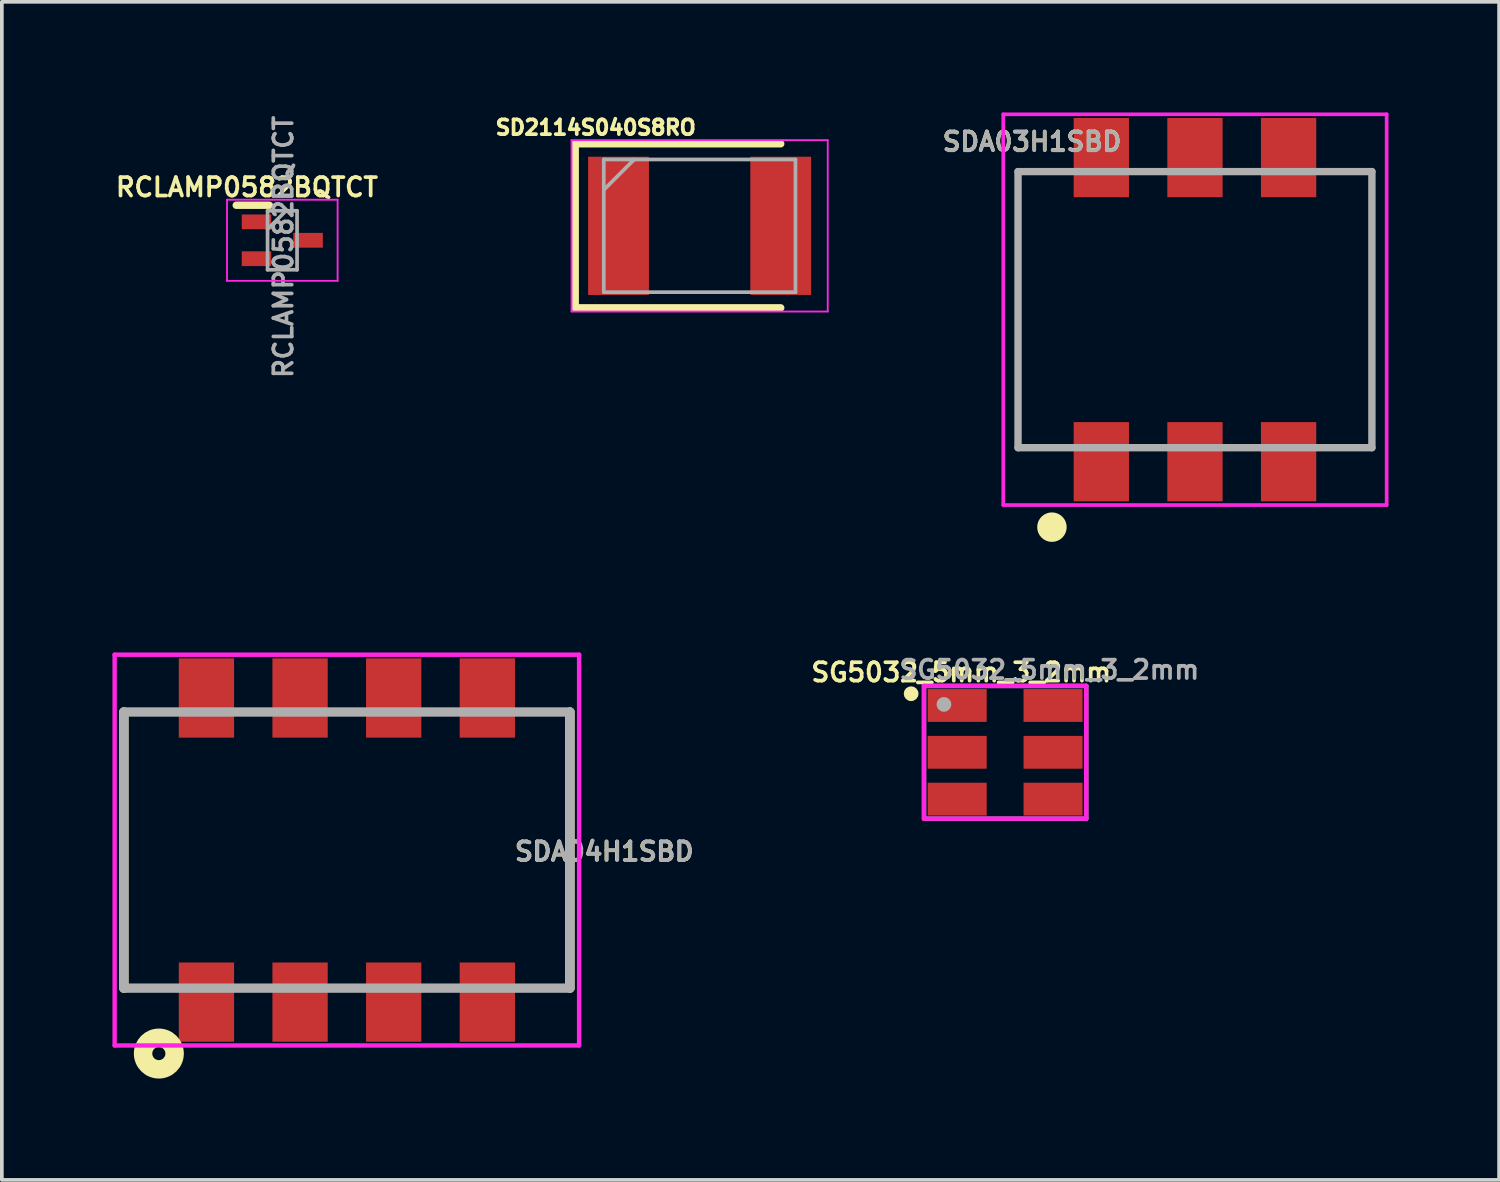
<source format=kicad_pcb>
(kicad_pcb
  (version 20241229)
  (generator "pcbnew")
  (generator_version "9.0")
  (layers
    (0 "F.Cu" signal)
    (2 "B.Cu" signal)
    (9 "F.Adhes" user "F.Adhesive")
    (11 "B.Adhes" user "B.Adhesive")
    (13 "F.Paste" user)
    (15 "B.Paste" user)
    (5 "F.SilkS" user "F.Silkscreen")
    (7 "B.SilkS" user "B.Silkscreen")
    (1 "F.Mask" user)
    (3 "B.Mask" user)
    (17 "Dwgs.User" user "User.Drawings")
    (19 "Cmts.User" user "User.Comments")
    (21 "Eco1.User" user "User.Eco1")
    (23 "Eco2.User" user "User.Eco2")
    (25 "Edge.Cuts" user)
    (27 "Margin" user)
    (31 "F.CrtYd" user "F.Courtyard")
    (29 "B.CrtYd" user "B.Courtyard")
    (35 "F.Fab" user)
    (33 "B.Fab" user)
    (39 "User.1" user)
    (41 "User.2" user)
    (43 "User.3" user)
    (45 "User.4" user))
  (footprint "SD2114S040S8RO"
    (layer "F.Cu")
    (at 15.929 3.076)
    (property "Reference" "SD2114S040S8RO" (at -2.819 -2.667 0) (layer "F.SilkS") (effects (font (size 0.4 0.4) (thickness 0.1))))
    (attr smd)
    (fp_line (start -3.375 -2.225) (end -3.375 2.225) (stroke (width 0.2) (type solid)) (layer "F.SilkS"))
    (fp_line (start -3.375 2.225) (end 2.2 2.225) (stroke (width 0.2) (type solid)) (layer "F.SilkS"))
    (fp_line (start 2.2 -2.225) (end -3.375 -2.225) (stroke (width 0.2) (type solid)) (layer "F.SilkS"))
    (fp_line (start -3.475 -2.325) (end 3.475 -2.325) (stroke (width 0.05) (type solid)) (layer "F.CrtYd"))
    (fp_line (start -3.475 2.325) (end -3.475 -2.325) (stroke (width 0.05) (type solid)) (layer "F.CrtYd"))
    (fp_line (start 3.475 -2.325) (end 3.475 2.325) (stroke (width 0.05) (type solid)) (layer "F.CrtYd"))
    (fp_line (start 3.475 2.325) (end -3.475 2.325) (stroke (width 0.05) (type solid)) (layer "F.CrtYd"))
    (fp_line (start -2.6 -1.8) (end 2.6 -1.8) (stroke (width 0.1) (type solid)) (layer "F.Fab"))
    (fp_line (start -2.6 -0.975) (end -1.775 -1.8) (stroke (width 0.1) (type solid)) (layer "F.Fab"))
    (fp_line (start -2.6 1.8) (end -2.6 -1.8) (stroke (width 0.1) (type solid)) (layer "F.Fab"))
    (fp_line (start 2.6 -1.8) (end 2.6 1.8) (stroke (width 0.1) (type solid)) (layer "F.Fab"))
    (fp_line (start 2.6 1.8) (end -2.6 1.8) (stroke (width 0.1) (type solid)) (layer "F.Fab"))
    (pad "1" smd rect (at -2.2 0) (size 1.65 3.75) (layers "F.Cu" "F.Mask" "F.Paste"))
    (pad "2" smd rect (at 2.2 0) (size 1.65 3.75) (layers "F.Cu" "F.Mask" "F.Paste")))
  (footprint "SG5032_5mm_3_2mm"
    (layer "F.Cu")
    (at 24.216 17.358)
    (property "Reference" "SG5032_5mm_3_2mm" (at -1.19 -2.17 0) (layer "F.SilkS") (effects (font (size 0.5 0.5) (thickness 0.1))))
    (attr smd)
    (fp_circle (center -2.55 -1.59) (end -2.45 -1.59) (stroke (width 0.2) (type solid)) (fill no) (layer "F.SilkS"))
    (fp_line (start -2.2 -1.8) (end 2.2 -1.8) (stroke (width 0.12) (type solid)) (layer "F.CrtYd"))
    (fp_line (start -2.2 1.8) (end -2.2 -1.8) (stroke (width 0.12) (type solid)) (layer "F.CrtYd"))
    (fp_line (start 2.2 -1.8) (end 2.2 1.8) (stroke (width 0.12) (type solid)) (layer "F.CrtYd"))
    (fp_line (start 2.2 1.8) (end -2.2 1.8) (stroke (width 0.12) (type solid)) (layer "F.CrtYd"))
    (fp_line (start -2.2 -1.8) (end 2.2 -1.8) (stroke (width 0.12) (type solid)) (layer "F.Fab"))
    (fp_line (start -2.2 1.8) (end -2.2 -1.8) (stroke (width 0.12) (type solid)) (layer "F.Fab"))
    (fp_line (start 2.2 -1.8) (end 2.2 1.8) (stroke (width 0.12) (type solid)) (layer "F.Fab"))
    (fp_line (start 2.2 1.8) (end -2.2 1.8) (stroke (width 0.12) (type solid)) (layer "F.Fab"))
    (fp_circle (center -1.66 -1.3) (end -1.56 -1.3) (stroke (width 0.2) (type solid)) (fill no) (layer "F.Fab"))
    (fp_text user "${REFERENCE}" (at 1.2 -2.24 0) (layer "F.Fab") (effects (font (size 0.5 0.5) (thickness 0.1))))
    (pad "1" smd rect (at -1.3 -1.27) (size 1.6 0.89) (layers "F.Cu" "F.Mask" "F.Paste"))
    (pad "2" smd rect (at -1.3 0) (size 1.6 0.89) (layers "F.Cu" "F.Mask" "F.Paste"))
    (pad "3" smd rect (at -1.3 1.27) (size 1.6 0.89) (layers "F.Cu" "F.Mask" "F.Paste"))
    (pad "4" smd rect (at 1.3 1.27) (size 1.6 0.89) (layers "F.Cu" "F.Mask" "F.Paste"))
    (pad "5" smd rect (at 1.3 0) (size 1.6 0.89) (layers "F.Cu" "F.Mask" "F.Paste"))
    (pad "6" smd rect (at 1.3 -1.27) (size 1.6 0.89) (layers "F.Cu" "F.Mask" "F.Paste")))
  (footprint "SDA03H1SBD"
    (layer "F.Cu")
    (at 29.366 5.35)
    (property "Reference" "SDA03H1SBD" (at -4.42 -4.56 0) (layer "F.SilkS") (effects (font (size 0.5 0.5) (thickness 0.1))))
    (attr smd)
    (fp_line (start -4.8 -3.745) (end -4.8 3.745) (stroke (width 0.1) (type solid)) (layer "F.SilkS"))
    (fp_line (start -4.8 3.745) (end -3.9 3.745) (stroke (width 0.1) (type solid)) (layer "F.SilkS"))
    (fp_line (start -3.9 -3.745) (end -4.8 -3.745) (stroke (width 0.1) (type solid)) (layer "F.SilkS"))
    (fp_line (start 3.9 -3.745) (end 4.8 -3.745) (stroke (width 0.1) (type solid)) (layer "F.SilkS"))
    (fp_line (start 4.8 -3.745) (end 4.8 3.745) (stroke (width 0.1) (type solid)) (layer "F.SilkS"))
    (fp_line (start 4.8 3.745) (end 3.9 3.745) (stroke (width 0.1) (type solid)) (layer "F.SilkS"))
    (fp_circle (center -3.88 5.9) (end -3.68 5.9) (stroke (width 0.4) (type solid)) (fill no) (layer "F.SilkS"))
    (fp_line (start -5.2 -5.3) (end 5.2 -5.3) (stroke (width 0.1) (type solid)) (layer "F.CrtYd"))
    (fp_line (start -5.2 5.3) (end -5.2 -5.3) (stroke (width 0.1) (type solid)) (layer "F.CrtYd"))
    (fp_line (start 5.2 -5.3) (end 5.2 5.3) (stroke (width 0.1) (type solid)) (layer "F.CrtYd"))
    (fp_line (start 5.2 5.3) (end -5.2 5.3) (stroke (width 0.1) (type solid)) (layer "F.CrtYd"))
    (fp_line (start -4.8 -3.745) (end 4.8 -3.745) (stroke (width 0.2) (type solid)) (layer "F.Fab"))
    (fp_line (start -4.8 3.745) (end -4.8 -3.745) (stroke (width 0.2) (type solid)) (layer "F.Fab"))
    (fp_line (start 4.8 -3.745) (end 4.8 3.745) (stroke (width 0.2) (type solid)) (layer "F.Fab"))
    (fp_line (start 4.8 3.745) (end -4.8 3.745) (stroke (width 0.2) (type solid)) (layer "F.Fab"))
    (fp_text user "${REFERENCE}" (at -4.42 -4.55 0) (layer "F.Fab") (effects (font (size 0.5 0.5) (thickness 0.1))))
    (pad "1" smd rect (at -2.54 4.125) (size 1.5 2.15) (layers "F.Cu" "F.Mask" "F.Paste"))
    (pad "2" smd rect (at 0 4.125) (size 1.5 2.15) (layers "F.Cu" "F.Mask" "F.Paste"))
    (pad "3" smd rect (at 2.54 4.125) (size 1.5 2.15) (layers "F.Cu" "F.Mask" "F.Paste"))
    (pad "4" smd rect (at 2.54 -4.125) (size 1.5 2.15) (layers "F.Cu" "F.Mask" "F.Paste"))
    (pad "5" smd rect (at 0 -4.125) (size 1.5 2.15) (layers "F.Cu" "F.Mask" "F.Paste"))
    (pad "6" smd rect (at -2.54 -4.125) (size 1.5 2.15) (layers "F.Cu" "F.Mask" "F.Paste")))
  (footprint "RCLAMP0582BQTCT"
    (layer "F.Cu")
    (at 4.608 3.468)
    (property "Reference" "RCLAMP0582BQTCT" (at -0.96 -1.44 0) (layer "F.SilkS") (effects (font (size 0.5 0.5) (thickness 0.1))))
    (attr smd)
    (fp_line (start -1.25 -0.95) (end -0.35 -0.95) (stroke (width 0.2) (type solid)) (layer "F.SilkS"))
    (fp_line (start -1.5 -1.1) (end 1.5 -1.1) (stroke (width 0.05) (type solid)) (layer "F.CrtYd"))
    (fp_line (start -1.5 1.1) (end -1.5 -1.1) (stroke (width 0.05) (type solid)) (layer "F.CrtYd"))
    (fp_line (start 1.5 -1.1) (end 1.5 1.1) (stroke (width 0.05) (type solid)) (layer "F.CrtYd"))
    (fp_line (start 1.5 1.1) (end -1.5 1.1) (stroke (width 0.05) (type solid)) (layer "F.CrtYd"))
    (fp_line (start -0.4 -0.8) (end 0.4 -0.8) (stroke (width 0.1) (type solid)) (layer "F.Fab"))
    (fp_line (start -0.4 -0.3) (end 0.1 -0.8) (stroke (width 0.1) (type solid)) (layer "F.Fab"))
    (fp_line (start -0.4 0.8) (end -0.4 -0.8) (stroke (width 0.1) (type solid)) (layer "F.Fab"))
    (fp_line (start 0.4 -0.8) (end 0.4 0.8) (stroke (width 0.1) (type solid)) (layer "F.Fab"))
    (fp_line (start 0.4 0.8) (end -0.4 0.8) (stroke (width 0.1) (type solid)) (layer "F.Fab"))
    (fp_text user "${REFERENCE}" (at 0.03 0.18 90) (layer "F.Fab") (effects (font (size 0.5 0.5) (thickness 0.1))))
    (pad "1" smd rect (at -0.7 -0.5 90) (size 0.4 0.8) (layers "F.Cu" "F.Mask" "F.Paste"))
    (pad "2" smd rect (at -0.7 0.5 90) (size 0.4 0.8) (layers "F.Cu" "F.Mask" "F.Paste"))
    (pad "3" smd rect (at 0.7 0 90) (size 0.4 0.8) (layers "F.Cu" "F.Mask" "F.Paste")))
  (footprint "SDA04H1SBD"
    (layer "F.Cu")
    (at 6.36 20.01)
    (property "Reference" "SDA04H1SBD" (at 6.98 0.04 0) (layer "F.SilkS") (effects (font (size 0.5 0.5) (thickness 0.1))))
    (attr smd)
    (fp_line (start -6.05 3.745) (end -6.05 -3.745) (stroke (width 0.254) (type solid)) (layer "F.SilkS"))
    (fp_line (start 6.05 -3.745) (end 6.05 3.745) (stroke (width 0.254) (type solid)) (layer "F.SilkS"))
    (fp_circle (center -5.101 5.52) (end -5.101 5.698) (stroke (width 0.5) (type solid)) (fill no) (layer "F.SilkS"))
    (fp_line (start -6.3 -5.3) (end 6.3 -5.3) (stroke (width 0.12) (type solid)) (layer "F.CrtYd"))
    (fp_line (start -6.3 5.3) (end -6.3 -5.3) (stroke (width 0.12) (type solid)) (layer "F.CrtYd"))
    (fp_line (start 6.3 -5.3) (end 6.3 5.3) (stroke (width 0.12) (type solid)) (layer "F.CrtYd"))
    (fp_line (start 6.3 5.3) (end -6.3 5.3) (stroke (width 0.12) (type solid)) (layer "F.CrtYd"))
    (fp_line (start -6.05 -3.745) (end 6.05 -3.745) (stroke (width 0.254) (type solid)) (layer "F.Fab"))
    (fp_line (start -6.05 3.745) (end -6.05 -3.745) (stroke (width 0.254) (type solid)) (layer "F.Fab"))
    (fp_line (start 6.05 -3.745) (end 6.05 3.745) (stroke (width 0.254) (type solid)) (layer "F.Fab"))
    (fp_line (start 6.05 3.745) (end -6.05 3.745) (stroke (width 0.254) (type solid)) (layer "F.Fab"))
    (fp_text user "${REFERENCE}" (at 6.99 0.04 0) (layer "F.Fab") (effects (font (size 0.5 0.5) (thickness 0.1))))
    (pad "1" smd rect (at -3.81 4.125) (size 1.5 2.15) (layers "F.Cu" "F.Mask" "F.Paste"))
    (pad "2" smd rect (at -1.27 4.125) (size 1.5 2.15) (layers "F.Cu" "F.Mask" "F.Paste"))
    (pad "3" smd rect (at 1.27 4.125) (size 1.5 2.15) (layers "F.Cu" "F.Mask" "F.Paste"))
    (pad "4" smd rect (at 3.81 4.125) (size 1.5 2.15) (layers "F.Cu" "F.Mask" "F.Paste"))
    (pad "5" smd rect (at 3.81 -4.125) (size 1.5 2.15) (layers "F.Cu" "F.Mask" "F.Paste"))
    (pad "6" smd rect (at 1.27 -4.125) (size 1.5 2.15) (layers "F.Cu" "F.Mask" "F.Paste"))
    (pad "7" smd rect (at -1.27 -4.125) (size 1.5 2.15) (layers "F.Cu" "F.Mask" "F.Paste"))
    (pad "8" smd rect (at -3.81 -4.125) (size 1.5 2.15) (layers "F.Cu" "F.Mask" "F.Paste")))
  (gr_rect
    (start -3 -3)
    (end 37.616 28.958)
    (stroke (width 0.1) (type default))
    (fill no)
    (layer "Edge.Cuts")))
</source>
